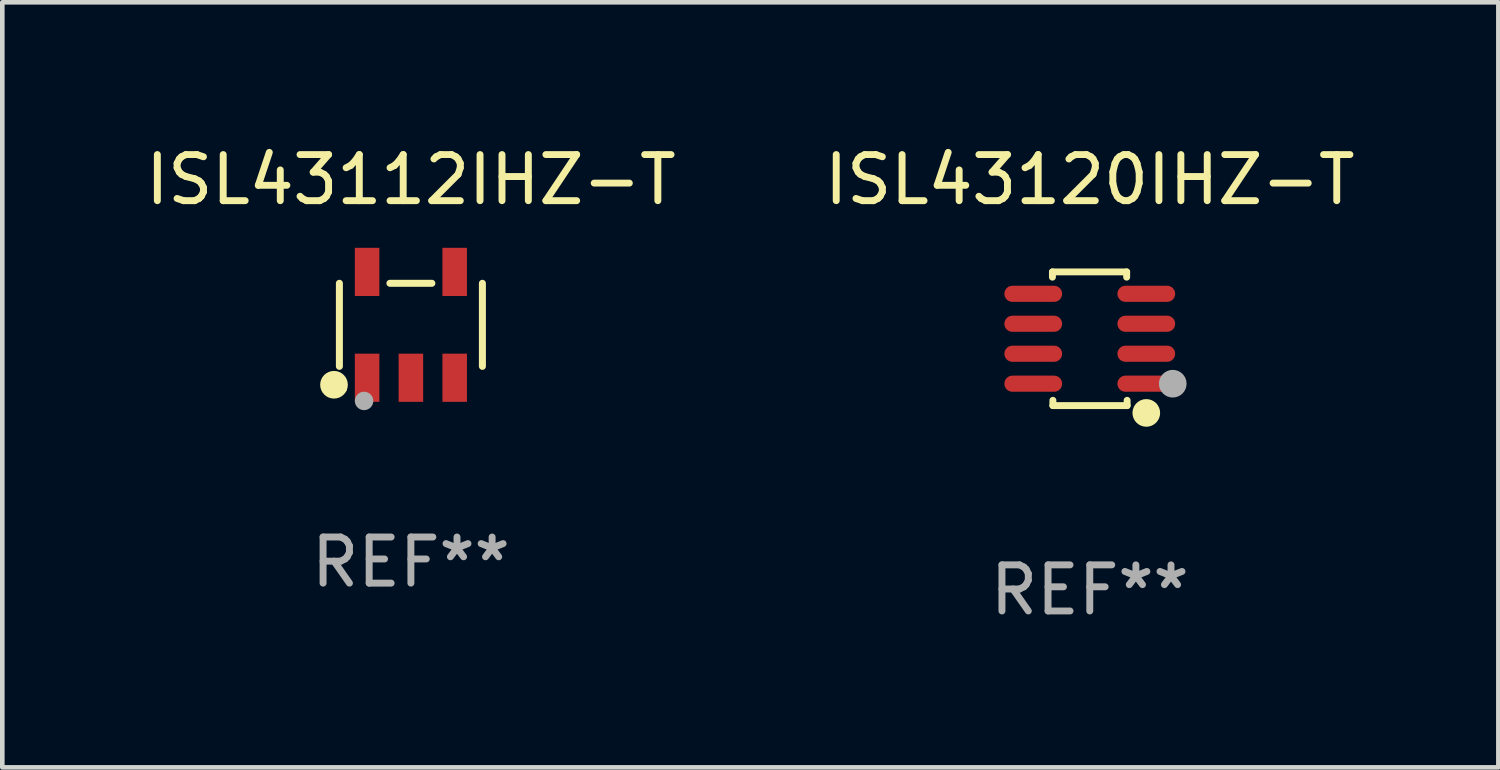
<source format=kicad_pcb>
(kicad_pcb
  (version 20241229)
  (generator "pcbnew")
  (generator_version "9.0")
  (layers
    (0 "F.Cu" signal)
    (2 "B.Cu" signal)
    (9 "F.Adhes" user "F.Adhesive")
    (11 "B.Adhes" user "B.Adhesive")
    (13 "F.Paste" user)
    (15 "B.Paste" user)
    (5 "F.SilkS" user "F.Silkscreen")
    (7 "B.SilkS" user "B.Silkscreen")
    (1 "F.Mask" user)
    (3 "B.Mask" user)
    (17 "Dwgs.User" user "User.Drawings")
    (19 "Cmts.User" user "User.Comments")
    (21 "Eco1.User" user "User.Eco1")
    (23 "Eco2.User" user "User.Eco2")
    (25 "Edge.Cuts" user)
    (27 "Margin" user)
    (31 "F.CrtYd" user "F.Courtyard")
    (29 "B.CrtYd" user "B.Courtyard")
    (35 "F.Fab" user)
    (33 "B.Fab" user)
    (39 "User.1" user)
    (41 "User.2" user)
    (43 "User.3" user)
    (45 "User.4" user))
  (footprint "ISL43120IHZ-T"
    (layer "F.Cu")
    (at 20.589 4.298)
    (property "Reference" "ISL43120IHZ-T" (at 0 -3.45 0) (layer "F.SilkS") (effects (font (size 1 1) (thickness 0.15))))
    (attr through_hole)
    (fp_line (start -0.81 -1.45) (end 0.8 -1.45) (stroke (width 0.15) (type solid)) (layer "F.SilkS"))
    (fp_line (start -0.81 -1.336) (end -0.81 -1.45) (stroke (width 0.15) (type solid)) (layer "F.SilkS"))
    (fp_line (start -0.8 1.45) (end -0.8 1.336) (stroke (width 0.15) (type solid)) (layer "F.SilkS"))
    (fp_line (start 0.8 -1.45) (end 0.8 -1.336) (stroke (width 0.15) (type solid)) (layer "F.SilkS"))
    (fp_line (start 0.81 1.336) (end 0.81 1.45) (stroke (width 0.15) (type solid)) (layer "F.SilkS"))
    (fp_line (start 0.81 1.45) (end -0.8 1.45) (stroke (width 0.15) (type solid)) (layer "F.SilkS"))
    (fp_circle (center 1.226 1.609) (end 1.376 1.609) (stroke (width 0.3) (type solid)) (fill no) (layer "F.SilkS"))
    (fp_circle (center 1.4 1.45) (end 1.43 1.45) (stroke (width 0.06) (type solid)) (fill no) (layer "F.SilkS"))
    (fp_circle (center 1.8 0.975) (end 1.95 0.975) (stroke (width 0.3) (type solid)) (fill no) (layer "F.Fab"))
    (fp_text user "REF**" (at 0 5.45 0) (layer "F.Fab") (effects (font (size 1 1) (thickness 0.15))))
    (pad "1" smd oval (at 1.226 0.975) (size 1.252 0.35) (layers "F.Cu" "F.Mask" "F.Paste"))
    (pad "2" smd oval (at 1.226 0.325) (size 1.252 0.35) (layers "F.Cu" "F.Mask" "F.Paste"))
    (pad "3" smd oval (at 1.226 -0.325) (size 1.252 0.35) (layers "F.Cu" "F.Mask" "F.Paste"))
    (pad "4" smd oval (at 1.226 -0.975) (size 1.252 0.35) (layers "F.Cu" "F.Mask" "F.Paste"))
    (pad "5" smd oval (at -1.226 -0.975) (size 1.252 0.35) (layers "F.Cu" "F.Mask" "F.Paste"))
    (pad "6" smd oval (at -1.226 -0.325) (size 1.252 0.35) (layers "F.Cu" "F.Mask" "F.Paste"))
    (pad "7" smd oval (at -1.226 0.325) (size 1.252 0.35) (layers "F.Cu" "F.Mask" "F.Paste"))
    (pad "8" smd oval (at -1.226 0.975) (size 1.252 0.35) (layers "F.Cu" "F.Mask" "F.Paste")))
  (footprint "ISL43112IHZ-T"
    (layer "F.Cu")
    (at 5.863 3.996)
    (property "Reference" "ISL43112IHZ-T" (at 0 -3.148 0) (layer "F.SilkS") (effects (font (size 1 1) (thickness 0.15))))
    (attr through_hole)
    (fp_line (start -1.551 0.901) (end -1.551 -0.901) (stroke (width 0.152) (type solid)) (layer "F.SilkS"))
    (fp_line (start 0.455 -0.901) (end -0.455 -0.901) (stroke (width 0.152) (type solid)) (layer "F.SilkS"))
    (fp_line (start 1.551 0.901) (end 1.551 -0.901) (stroke (width 0.152) (type solid)) (layer "F.SilkS"))
    (fp_circle (center -1.668 1.3) (end -1.518 1.3) (stroke (width 0.3) (type solid)) (fill no) (layer "F.SilkS"))
    (fp_circle (center -1.45 1.4) (end -1.42 1.4) (stroke (width 0.06) (type solid)) (fill no) (layer "F.SilkS"))
    (fp_circle (center -1.016 1.651) (end -0.916 1.651) (stroke (width 0.2) (type solid)) (fill no) (layer "F.Fab"))
    (fp_text user "REF**" (at 0 5.148 0) (layer "F.Fab") (effects (font (size 1 1) (thickness 0.15))))
    (pad "1" smd rect (at -0.95 1.148) (size 0.532 1.045) (layers "F.Cu" "F.Mask" "F.Paste"))
    (pad "2" smd rect (at 0 1.148) (size 0.532 1.045) (layers "F.Cu" "F.Mask" "F.Paste"))
    (pad "3" smd rect (at 0.95 1.148) (size 0.532 1.045) (layers "F.Cu" "F.Mask" "F.Paste"))
    (pad "4" smd rect (at 0.95 -1.148) (size 0.532 1.045) (layers "F.Cu" "F.Mask" "F.Paste"))
    (pad "5" smd rect (at -0.95 -1.148) (size 0.532 1.045) (layers "F.Cu" "F.Mask" "F.Paste")))
  (gr_rect
    (start -3 -3)
    (end 29.452 13.596)
    (stroke (width 0.1) (type default))
    (fill no)
    (layer "Edge.Cuts")))
</source>
